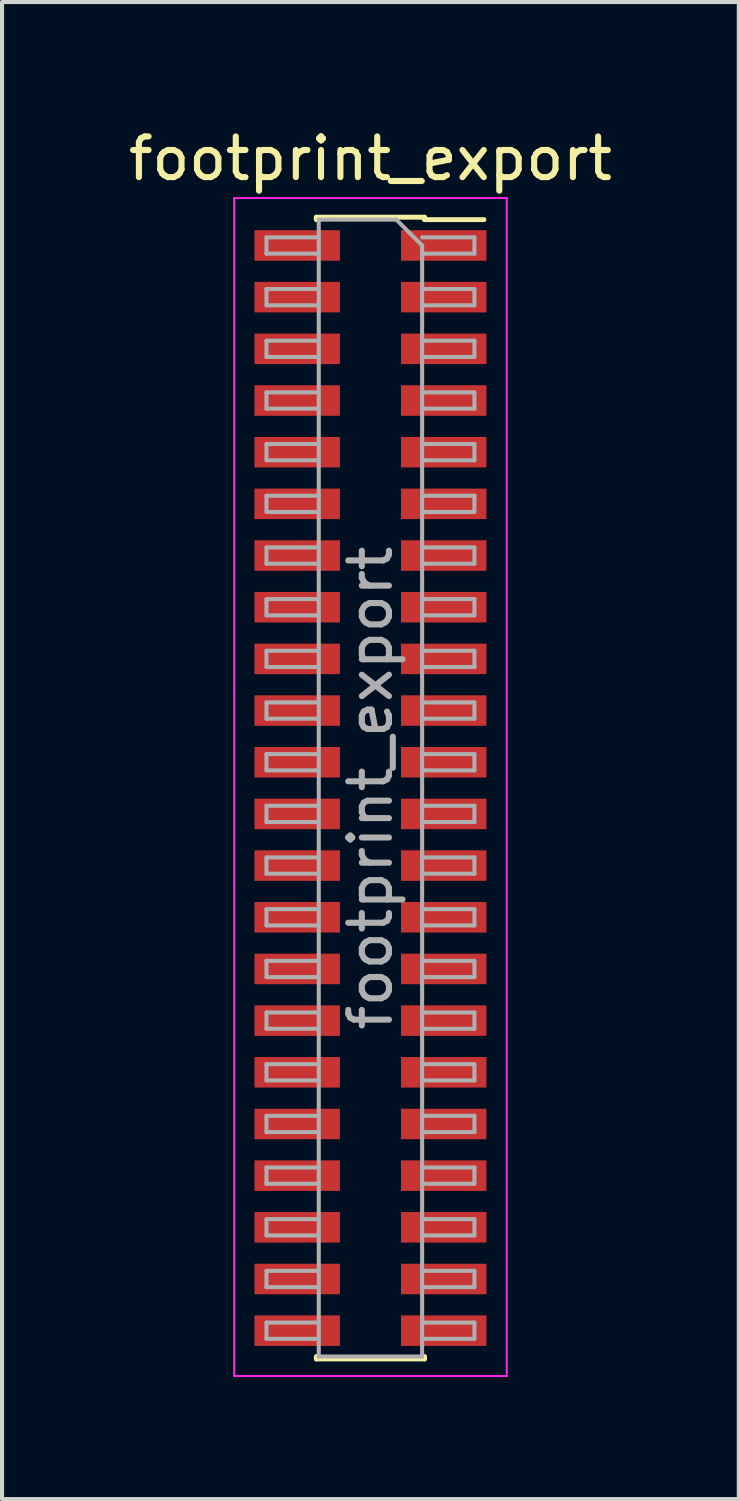
<source format=kicad_pcb>
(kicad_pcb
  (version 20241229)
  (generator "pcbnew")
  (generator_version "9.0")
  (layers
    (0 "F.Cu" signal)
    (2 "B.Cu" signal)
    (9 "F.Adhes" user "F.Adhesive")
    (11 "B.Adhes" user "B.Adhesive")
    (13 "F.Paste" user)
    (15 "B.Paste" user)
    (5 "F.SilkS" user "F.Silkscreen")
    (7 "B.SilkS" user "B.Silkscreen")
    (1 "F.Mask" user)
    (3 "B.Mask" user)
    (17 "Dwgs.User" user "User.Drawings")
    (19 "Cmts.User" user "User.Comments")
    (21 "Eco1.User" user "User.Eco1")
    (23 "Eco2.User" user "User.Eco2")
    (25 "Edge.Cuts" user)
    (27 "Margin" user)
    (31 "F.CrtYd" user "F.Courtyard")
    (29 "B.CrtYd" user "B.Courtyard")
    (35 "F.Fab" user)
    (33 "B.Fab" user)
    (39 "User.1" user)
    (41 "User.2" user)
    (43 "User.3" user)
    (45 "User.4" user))
  (footprint "footprint_export"
    (layer "F.Cu")
    (at 6.054 16.318)
    (property "Reference" "footprint_export" (at 0 -15.47 0) (layer "F.SilkS") (effects (font (size 1 1) (thickness 0.15))))
    (attr smd)
    (fp_line (start -1.33 -14.03) (end -1.33 -13.97) (stroke (width 0.12) (type solid)) (layer "F.SilkS"))
    (fp_line (start -1.33 -14.03) (end 1.33 -14.03) (stroke (width 0.12) (type solid)) (layer "F.SilkS"))
    (fp_line (start -1.33 13.97) (end -1.33 14.03) (stroke (width 0.12) (type solid)) (layer "F.SilkS"))
    (fp_line (start -1.33 14.03) (end 1.33 14.03) (stroke (width 0.12) (type solid)) (layer "F.SilkS"))
    (fp_line (start 1.33 -14.03) (end 1.33 -13.97) (stroke (width 0.12) (type solid)) (layer "F.SilkS"))
    (fp_line (start 1.33 -13.97) (end 2.79 -13.97) (stroke (width 0.12) (type solid)) (layer "F.SilkS"))
    (fp_line (start 1.33 13.97) (end 1.33 14.03) (stroke (width 0.12) (type solid)) (layer "F.SilkS"))
    (fp_line (start -3.35 -14.5) (end 3.35 -14.5) (stroke (width 0.05) (type solid)) (layer "F.CrtYd"))
    (fp_line (start -3.35 14.45) (end -3.35 -14.5) (stroke (width 0.05) (type solid)) (layer "F.CrtYd"))
    (fp_line (start 3.35 -14.5) (end 3.35 14.45) (stroke (width 0.05) (type solid)) (layer "F.CrtYd"))
    (fp_line (start 3.35 14.45) (end -3.35 14.45) (stroke (width 0.05) (type solid)) (layer "F.CrtYd"))
    (fp_line (start -2.555 -13.535) (end -1.27 -13.535) (stroke (width 0.1) (type solid)) (layer "F.Fab"))
    (fp_line (start -2.555 -13.135) (end -2.555 -13.535) (stroke (width 0.1) (type solid)) (layer "F.Fab"))
    (fp_line (start -2.555 -12.265) (end -1.27 -12.265) (stroke (width 0.1) (type solid)) (layer "F.Fab"))
    (fp_line (start -2.555 -11.865) (end -2.555 -12.265) (stroke (width 0.1) (type solid)) (layer "F.Fab"))
    (fp_line (start -2.555 -10.995) (end -1.27 -10.995) (stroke (width 0.1) (type solid)) (layer "F.Fab"))
    (fp_line (start -2.555 -10.595) (end -2.555 -10.995) (stroke (width 0.1) (type solid)) (layer "F.Fab"))
    (fp_line (start -2.555 -9.725) (end -1.27 -9.725) (stroke (width 0.1) (type solid)) (layer "F.Fab"))
    (fp_line (start -2.555 -9.325) (end -2.555 -9.725) (stroke (width 0.1) (type solid)) (layer "F.Fab"))
    (fp_line (start -2.555 -8.455) (end -1.27 -8.455) (stroke (width 0.1) (type solid)) (layer "F.Fab"))
    (fp_line (start -2.555 -8.055) (end -2.555 -8.455) (stroke (width 0.1) (type solid)) (layer "F.Fab"))
    (fp_line (start -2.555 -7.185) (end -1.27 -7.185) (stroke (width 0.1) (type solid)) (layer "F.Fab"))
    (fp_line (start -2.555 -6.785) (end -2.555 -7.185) (stroke (width 0.1) (type solid)) (layer "F.Fab"))
    (fp_line (start -2.555 -5.915) (end -1.27 -5.915) (stroke (width 0.1) (type solid)) (layer "F.Fab"))
    (fp_line (start -2.555 -5.515) (end -2.555 -5.915) (stroke (width 0.1) (type solid)) (layer "F.Fab"))
    (fp_line (start -2.555 -4.645) (end -1.27 -4.645) (stroke (width 0.1) (type solid)) (layer "F.Fab"))
    (fp_line (start -2.555 -4.245) (end -2.555 -4.645) (stroke (width 0.1) (type solid)) (layer "F.Fab"))
    (fp_line (start -2.555 -3.375) (end -1.27 -3.375) (stroke (width 0.1) (type solid)) (layer "F.Fab"))
    (fp_line (start -2.555 -2.975) (end -2.555 -3.375) (stroke (width 0.1) (type solid)) (layer "F.Fab"))
    (fp_line (start -2.555 -2.105) (end -1.27 -2.105) (stroke (width 0.1) (type solid)) (layer "F.Fab"))
    (fp_line (start -2.555 -1.705) (end -2.555 -2.105) (stroke (width 0.1) (type solid)) (layer "F.Fab"))
    (fp_line (start -2.555 -0.835) (end -1.27 -0.835) (stroke (width 0.1) (type solid)) (layer "F.Fab"))
    (fp_line (start -2.555 -0.435) (end -2.555 -0.835) (stroke (width 0.1) (type solid)) (layer "F.Fab"))
    (fp_line (start -2.555 0.435) (end -1.27 0.435) (stroke (width 0.1) (type solid)) (layer "F.Fab"))
    (fp_line (start -2.555 0.835) (end -2.555 0.435) (stroke (width 0.1) (type solid)) (layer "F.Fab"))
    (fp_line (start -2.555 1.705) (end -1.27 1.705) (stroke (width 0.1) (type solid)) (layer "F.Fab"))
    (fp_line (start -2.555 2.105) (end -2.555 1.705) (stroke (width 0.1) (type solid)) (layer "F.Fab"))
    (fp_line (start -2.555 2.975) (end -1.27 2.975) (stroke (width 0.1) (type solid)) (layer "F.Fab"))
    (fp_line (start -2.555 3.375) (end -2.555 2.975) (stroke (width 0.1) (type solid)) (layer "F.Fab"))
    (fp_line (start -2.555 4.245) (end -1.27 4.245) (stroke (width 0.1) (type solid)) (layer "F.Fab"))
    (fp_line (start -2.555 4.645) (end -2.555 4.245) (stroke (width 0.1) (type solid)) (layer "F.Fab"))
    (fp_line (start -2.555 5.515) (end -1.27 5.515) (stroke (width 0.1) (type solid)) (layer "F.Fab"))
    (fp_line (start -2.555 5.915) (end -2.555 5.515) (stroke (width 0.1) (type solid)) (layer "F.Fab"))
    (fp_line (start -2.555 6.785) (end -1.27 6.785) (stroke (width 0.1) (type solid)) (layer "F.Fab"))
    (fp_line (start -2.555 7.185) (end -2.555 6.785) (stroke (width 0.1) (type solid)) (layer "F.Fab"))
    (fp_line (start -2.555 8.055) (end -1.27 8.055) (stroke (width 0.1) (type solid)) (layer "F.Fab"))
    (fp_line (start -2.555 8.455) (end -2.555 8.055) (stroke (width 0.1) (type solid)) (layer "F.Fab"))
    (fp_line (start -2.555 9.325) (end -1.27 9.325) (stroke (width 0.1) (type solid)) (layer "F.Fab"))
    (fp_line (start -2.555 9.725) (end -2.555 9.325) (stroke (width 0.1) (type solid)) (layer "F.Fab"))
    (fp_line (start -2.555 10.595) (end -1.27 10.595) (stroke (width 0.1) (type solid)) (layer "F.Fab"))
    (fp_line (start -2.555 10.995) (end -2.555 10.595) (stroke (width 0.1) (type solid)) (layer "F.Fab"))
    (fp_line (start -2.555 11.865) (end -1.27 11.865) (stroke (width 0.1) (type solid)) (layer "F.Fab"))
    (fp_line (start -2.555 12.265) (end -2.555 11.865) (stroke (width 0.1) (type solid)) (layer "F.Fab"))
    (fp_line (start -2.555 13.135) (end -1.27 13.135) (stroke (width 0.1) (type solid)) (layer "F.Fab"))
    (fp_line (start -2.555 13.535) (end -2.555 13.135) (stroke (width 0.1) (type solid)) (layer "F.Fab"))
    (fp_line (start -1.27 -13.97) (end 0.635 -13.97) (stroke (width 0.1) (type solid)) (layer "F.Fab"))
    (fp_line (start -1.27 -13.135) (end -2.555 -13.135) (stroke (width 0.1) (type solid)) (layer "F.Fab"))
    (fp_line (start -1.27 -11.865) (end -2.555 -11.865) (stroke (width 0.1) (type solid)) (layer "F.Fab"))
    (fp_line (start -1.27 -10.595) (end -2.555 -10.595) (stroke (width 0.1) (type solid)) (layer "F.Fab"))
    (fp_line (start -1.27 -9.325) (end -2.555 -9.325) (stroke (width 0.1) (type solid)) (layer "F.Fab"))
    (fp_line (start -1.27 -8.055) (end -2.555 -8.055) (stroke (width 0.1) (type solid)) (layer "F.Fab"))
    (fp_line (start -1.27 -6.785) (end -2.555 -6.785) (stroke (width 0.1) (type solid)) (layer "F.Fab"))
    (fp_line (start -1.27 -5.515) (end -2.555 -5.515) (stroke (width 0.1) (type solid)) (layer "F.Fab"))
    (fp_line (start -1.27 -4.245) (end -2.555 -4.245) (stroke (width 0.1) (type solid)) (layer "F.Fab"))
    (fp_line (start -1.27 -2.975) (end -2.555 -2.975) (stroke (width 0.1) (type solid)) (layer "F.Fab"))
    (fp_line (start -1.27 -1.705) (end -2.555 -1.705) (stroke (width 0.1) (type solid)) (layer "F.Fab"))
    (fp_line (start -1.27 -0.435) (end -2.555 -0.435) (stroke (width 0.1) (type solid)) (layer "F.Fab"))
    (fp_line (start -1.27 0.835) (end -2.555 0.835) (stroke (width 0.1) (type solid)) (layer "F.Fab"))
    (fp_line (start -1.27 2.105) (end -2.555 2.105) (stroke (width 0.1) (type solid)) (layer "F.Fab"))
    (fp_line (start -1.27 3.375) (end -2.555 3.375) (stroke (width 0.1) (type solid)) (layer "F.Fab"))
    (fp_line (start -1.27 4.645) (end -2.555 4.645) (stroke (width 0.1) (type solid)) (layer "F.Fab"))
    (fp_line (start -1.27 5.915) (end -2.555 5.915) (stroke (width 0.1) (type solid)) (layer "F.Fab"))
    (fp_line (start -1.27 7.185) (end -2.555 7.185) (stroke (width 0.1) (type solid)) (layer "F.Fab"))
    (fp_line (start -1.27 8.455) (end -2.555 8.455) (stroke (width 0.1) (type solid)) (layer "F.Fab"))
    (fp_line (start -1.27 9.725) (end -2.555 9.725) (stroke (width 0.1) (type solid)) (layer "F.Fab"))
    (fp_line (start -1.27 10.995) (end -2.555 10.995) (stroke (width 0.1) (type solid)) (layer "F.Fab"))
    (fp_line (start -1.27 12.265) (end -2.555 12.265) (stroke (width 0.1) (type solid)) (layer "F.Fab"))
    (fp_line (start -1.27 13.535) (end -2.555 13.535) (stroke (width 0.1) (type solid)) (layer "F.Fab"))
    (fp_line (start -1.27 13.97) (end -1.27 -13.97) (stroke (width 0.1) (type solid)) (layer "F.Fab"))
    (fp_line (start 0.635 -13.97) (end 1.27 -13.335) (stroke (width 0.1) (type solid)) (layer "F.Fab"))
    (fp_line (start 1.27 -13.535) (end 2.555 -13.535) (stroke (width 0.1) (type solid)) (layer "F.Fab"))
    (fp_line (start 1.27 -13.335) (end 1.27 13.97) (stroke (width 0.1) (type solid)) (layer "F.Fab"))
    (fp_line (start 1.27 -12.265) (end 2.555 -12.265) (stroke (width 0.1) (type solid)) (layer "F.Fab"))
    (fp_line (start 1.27 -10.995) (end 2.555 -10.995) (stroke (width 0.1) (type solid)) (layer "F.Fab"))
    (fp_line (start 1.27 -9.725) (end 2.555 -9.725) (stroke (width 0.1) (type solid)) (layer "F.Fab"))
    (fp_line (start 1.27 -8.455) (end 2.555 -8.455) (stroke (width 0.1) (type solid)) (layer "F.Fab"))
    (fp_line (start 1.27 -7.185) (end 2.555 -7.185) (stroke (width 0.1) (type solid)) (layer "F.Fab"))
    (fp_line (start 1.27 -5.915) (end 2.555 -5.915) (stroke (width 0.1) (type solid)) (layer "F.Fab"))
    (fp_line (start 1.27 -4.645) (end 2.555 -4.645) (stroke (width 0.1) (type solid)) (layer "F.Fab"))
    (fp_line (start 1.27 -3.375) (end 2.555 -3.375) (stroke (width 0.1) (type solid)) (layer "F.Fab"))
    (fp_line (start 1.27 -2.105) (end 2.555 -2.105) (stroke (width 0.1) (type solid)) (layer "F.Fab"))
    (fp_line (start 1.27 -0.835) (end 2.555 -0.835) (stroke (width 0.1) (type solid)) (layer "F.Fab"))
    (fp_line (start 1.27 0.435) (end 2.555 0.435) (stroke (width 0.1) (type solid)) (layer "F.Fab"))
    (fp_line (start 1.27 1.705) (end 2.555 1.705) (stroke (width 0.1) (type solid)) (layer "F.Fab"))
    (fp_line (start 1.27 2.975) (end 2.555 2.975) (stroke (width 0.1) (type solid)) (layer "F.Fab"))
    (fp_line (start 1.27 4.245) (end 2.555 4.245) (stroke (width 0.1) (type solid)) (layer "F.Fab"))
    (fp_line (start 1.27 5.515) (end 2.555 5.515) (stroke (width 0.1) (type solid)) (layer "F.Fab"))
    (fp_line (start 1.27 6.785) (end 2.555 6.785) (stroke (width 0.1) (type solid)) (layer "F.Fab"))
    (fp_line (start 1.27 8.055) (end 2.555 8.055) (stroke (width 0.1) (type solid)) (layer "F.Fab"))
    (fp_line (start 1.27 9.325) (end 2.555 9.325) (stroke (width 0.1) (type solid)) (layer "F.Fab"))
    (fp_line (start 1.27 10.595) (end 2.555 10.595) (stroke (width 0.1) (type solid)) (layer "F.Fab"))
    (fp_line (start 1.27 11.865) (end 2.555 11.865) (stroke (width 0.1) (type solid)) (layer "F.Fab"))
    (fp_line (start 1.27 13.135) (end 2.555 13.135) (stroke (width 0.1) (type solid)) (layer "F.Fab"))
    (fp_line (start 1.27 13.97) (end -1.27 13.97) (stroke (width 0.1) (type solid)) (layer "F.Fab"))
    (fp_line (start 2.555 -13.535) (end 2.555 -13.135) (stroke (width 0.1) (type solid)) (layer "F.Fab"))
    (fp_line (start 2.555 -13.135) (end 1.27 -13.135) (stroke (width 0.1) (type solid)) (layer "F.Fab"))
    (fp_line (start 2.555 -12.265) (end 2.555 -11.865) (stroke (width 0.1) (type solid)) (layer "F.Fab"))
    (fp_line (start 2.555 -11.865) (end 1.27 -11.865) (stroke (width 0.1) (type solid)) (layer "F.Fab"))
    (fp_line (start 2.555 -10.995) (end 2.555 -10.595) (stroke (width 0.1) (type solid)) (layer "F.Fab"))
    (fp_line (start 2.555 -10.595) (end 1.27 -10.595) (stroke (width 0.1) (type solid)) (layer "F.Fab"))
    (fp_line (start 2.555 -9.725) (end 2.555 -9.325) (stroke (width 0.1) (type solid)) (layer "F.Fab"))
    (fp_line (start 2.555 -9.325) (end 1.27 -9.325) (stroke (width 0.1) (type solid)) (layer "F.Fab"))
    (fp_line (start 2.555 -8.455) (end 2.555 -8.055) (stroke (width 0.1) (type solid)) (layer "F.Fab"))
    (fp_line (start 2.555 -8.055) (end 1.27 -8.055) (stroke (width 0.1) (type solid)) (layer "F.Fab"))
    (fp_line (start 2.555 -7.185) (end 2.555 -6.785) (stroke (width 0.1) (type solid)) (layer "F.Fab"))
    (fp_line (start 2.555 -6.785) (end 1.27 -6.785) (stroke (width 0.1) (type solid)) (layer "F.Fab"))
    (fp_line (start 2.555 -5.915) (end 2.555 -5.515) (stroke (width 0.1) (type solid)) (layer "F.Fab"))
    (fp_line (start 2.555 -5.515) (end 1.27 -5.515) (stroke (width 0.1) (type solid)) (layer "F.Fab"))
    (fp_line (start 2.555 -4.645) (end 2.555 -4.245) (stroke (width 0.1) (type solid)) (layer "F.Fab"))
    (fp_line (start 2.555 -4.245) (end 1.27 -4.245) (stroke (width 0.1) (type solid)) (layer "F.Fab"))
    (fp_line (start 2.555 -3.375) (end 2.555 -2.975) (stroke (width 0.1) (type solid)) (layer "F.Fab"))
    (fp_line (start 2.555 -2.975) (end 1.27 -2.975) (stroke (width 0.1) (type solid)) (layer "F.Fab"))
    (fp_line (start 2.555 -2.105) (end 2.555 -1.705) (stroke (width 0.1) (type solid)) (layer "F.Fab"))
    (fp_line (start 2.555 -1.705) (end 1.27 -1.705) (stroke (width 0.1) (type solid)) (layer "F.Fab"))
    (fp_line (start 2.555 -0.835) (end 2.555 -0.435) (stroke (width 0.1) (type solid)) (layer "F.Fab"))
    (fp_line (start 2.555 -0.435) (end 1.27 -0.435) (stroke (width 0.1) (type solid)) (layer "F.Fab"))
    (fp_line (start 2.555 0.435) (end 2.555 0.835) (stroke (width 0.1) (type solid)) (layer "F.Fab"))
    (fp_line (start 2.555 0.835) (end 1.27 0.835) (stroke (width 0.1) (type solid)) (layer "F.Fab"))
    (fp_line (start 2.555 1.705) (end 2.555 2.105) (stroke (width 0.1) (type solid)) (layer "F.Fab"))
    (fp_line (start 2.555 2.105) (end 1.27 2.105) (stroke (width 0.1) (type solid)) (layer "F.Fab"))
    (fp_line (start 2.555 2.975) (end 2.555 3.375) (stroke (width 0.1) (type solid)) (layer "F.Fab"))
    (fp_line (start 2.555 3.375) (end 1.27 3.375) (stroke (width 0.1) (type solid)) (layer "F.Fab"))
    (fp_line (start 2.555 4.245) (end 2.555 4.645) (stroke (width 0.1) (type solid)) (layer "F.Fab"))
    (fp_line (start 2.555 4.645) (end 1.27 4.645) (stroke (width 0.1) (type solid)) (layer "F.Fab"))
    (fp_line (start 2.555 5.515) (end 2.555 5.915) (stroke (width 0.1) (type solid)) (layer "F.Fab"))
    (fp_line (start 2.555 5.915) (end 1.27 5.915) (stroke (width 0.1) (type solid)) (layer "F.Fab"))
    (fp_line (start 2.555 6.785) (end 2.555 7.185) (stroke (width 0.1) (type solid)) (layer "F.Fab"))
    (fp_line (start 2.555 7.185) (end 1.27 7.185) (stroke (width 0.1) (type solid)) (layer "F.Fab"))
    (fp_line (start 2.555 8.055) (end 2.555 8.455) (stroke (width 0.1) (type solid)) (layer "F.Fab"))
    (fp_line (start 2.555 8.455) (end 1.27 8.455) (stroke (width 0.1) (type solid)) (layer "F.Fab"))
    (fp_line (start 2.555 9.325) (end 2.555 9.725) (stroke (width 0.1) (type solid)) (layer "F.Fab"))
    (fp_line (start 2.555 9.725) (end 1.27 9.725) (stroke (width 0.1) (type solid)) (layer "F.Fab"))
    (fp_line (start 2.555 10.595) (end 2.555 10.995) (stroke (width 0.1) (type solid)) (layer "F.Fab"))
    (fp_line (start 2.555 10.995) (end 1.27 10.995) (stroke (width 0.1) (type solid)) (layer "F.Fab"))
    (fp_line (start 2.555 11.865) (end 2.555 12.265) (stroke (width 0.1) (type solid)) (layer "F.Fab"))
    (fp_line (start 2.555 12.265) (end 1.27 12.265) (stroke (width 0.1) (type solid)) (layer "F.Fab"))
    (fp_line (start 2.555 13.135) (end 2.555 13.535) (stroke (width 0.1) (type solid)) (layer "F.Fab"))
    (fp_line (start 2.555 13.535) (end 1.27 13.535) (stroke (width 0.1) (type solid)) (layer "F.Fab"))
    (fp_text user "${REFERENCE}" (at 0 0 90) (layer "F.Fab") (effects (font (size 1 1) (thickness 0.15))))
    (pad "1" smd rect (at 1.8 -13.335) (size 2.1 0.75) (layers "F.Cu" "F.Mask" "F.Paste"))
    (pad "2" smd rect (at -1.8 -13.335) (size 2.1 0.75) (layers "F.Cu" "F.Mask" "F.Paste"))
    (pad "3" smd rect (at 1.8 -12.065) (size 2.1 0.75) (layers "F.Cu" "F.Mask" "F.Paste"))
    (pad "4" smd rect (at -1.8 -12.065) (size 2.1 0.75) (layers "F.Cu" "F.Mask" "F.Paste"))
    (pad "5" smd rect (at 1.8 -10.795) (size 2.1 0.75) (layers "F.Cu" "F.Mask" "F.Paste"))
    (pad "6" smd rect (at -1.8 -10.795) (size 2.1 0.75) (layers "F.Cu" "F.Mask" "F.Paste"))
    (pad "7" smd rect (at 1.8 -9.525) (size 2.1 0.75) (layers "F.Cu" "F.Mask" "F.Paste"))
    (pad "8" smd rect (at -1.8 -9.525) (size 2.1 0.75) (layers "F.Cu" "F.Mask" "F.Paste"))
    (pad "9" smd rect (at 1.8 -8.255) (size 2.1 0.75) (layers "F.Cu" "F.Mask" "F.Paste"))
    (pad "10" smd rect (at -1.8 -8.255) (size 2.1 0.75) (layers "F.Cu" "F.Mask" "F.Paste"))
    (pad "11" smd rect (at 1.8 -6.985) (size 2.1 0.75) (layers "F.Cu" "F.Mask" "F.Paste"))
    (pad "12" smd rect (at -1.8 -6.985) (size 2.1 0.75) (layers "F.Cu" "F.Mask" "F.Paste"))
    (pad "13" smd rect (at 1.8 -5.715) (size 2.1 0.75) (layers "F.Cu" "F.Mask" "F.Paste"))
    (pad "14" smd rect (at -1.8 -5.715) (size 2.1 0.75) (layers "F.Cu" "F.Mask" "F.Paste"))
    (pad "15" smd rect (at 1.8 -4.445) (size 2.1 0.75) (layers "F.Cu" "F.Mask" "F.Paste"))
    (pad "16" smd rect (at -1.8 -4.445) (size 2.1 0.75) (layers "F.Cu" "F.Mask" "F.Paste"))
    (pad "17" smd rect (at 1.8 -3.175) (size 2.1 0.75) (layers "F.Cu" "F.Mask" "F.Paste"))
    (pad "18" smd rect (at -1.8 -3.175) (size 2.1 0.75) (layers "F.Cu" "F.Mask" "F.Paste"))
    (pad "19" smd rect (at 1.8 -1.905) (size 2.1 0.75) (layers "F.Cu" "F.Mask" "F.Paste"))
    (pad "20" smd rect (at -1.8 -1.905) (size 2.1 0.75) (layers "F.Cu" "F.Mask" "F.Paste"))
    (pad "21" smd rect (at 1.8 -0.635) (size 2.1 0.75) (layers "F.Cu" "F.Mask" "F.Paste"))
    (pad "22" smd rect (at -1.8 -0.635) (size 2.1 0.75) (layers "F.Cu" "F.Mask" "F.Paste"))
    (pad "23" smd rect (at 1.8 0.635) (size 2.1 0.75) (layers "F.Cu" "F.Mask" "F.Paste"))
    (pad "24" smd rect (at -1.8 0.635) (size 2.1 0.75) (layers "F.Cu" "F.Mask" "F.Paste"))
    (pad "25" smd rect (at 1.8 1.905) (size 2.1 0.75) (layers "F.Cu" "F.Mask" "F.Paste"))
    (pad "26" smd rect (at -1.8 1.905) (size 2.1 0.75) (layers "F.Cu" "F.Mask" "F.Paste"))
    (pad "27" smd rect (at 1.8 3.175) (size 2.1 0.75) (layers "F.Cu" "F.Mask" "F.Paste"))
    (pad "28" smd rect (at -1.8 3.175) (size 2.1 0.75) (layers "F.Cu" "F.Mask" "F.Paste"))
    (pad "29" smd rect (at 1.8 4.445) (size 2.1 0.75) (layers "F.Cu" "F.Mask" "F.Paste"))
    (pad "30" smd rect (at -1.8 4.445) (size 2.1 0.75) (layers "F.Cu" "F.Mask" "F.Paste"))
    (pad "31" smd rect (at 1.8 5.715) (size 2.1 0.75) (layers "F.Cu" "F.Mask" "F.Paste"))
    (pad "32" smd rect (at -1.8 5.715) (size 2.1 0.75) (layers "F.Cu" "F.Mask" "F.Paste"))
    (pad "33" smd rect (at 1.8 6.985) (size 2.1 0.75) (layers "F.Cu" "F.Mask" "F.Paste"))
    (pad "34" smd rect (at -1.8 6.985) (size 2.1 0.75) (layers "F.Cu" "F.Mask" "F.Paste"))
    (pad "35" smd rect (at 1.8 8.255) (size 2.1 0.75) (layers "F.Cu" "F.Mask" "F.Paste"))
    (pad "36" smd rect (at -1.8 8.255) (size 2.1 0.75) (layers "F.Cu" "F.Mask" "F.Paste"))
    (pad "37" smd rect (at 1.8 9.525) (size 2.1 0.75) (layers "F.Cu" "F.Mask" "F.Paste"))
    (pad "38" smd rect (at -1.8 9.525) (size 2.1 0.75) (layers "F.Cu" "F.Mask" "F.Paste"))
    (pad "39" smd rect (at 1.8 10.795) (size 2.1 0.75) (layers "F.Cu" "F.Mask" "F.Paste"))
    (pad "40" smd rect (at -1.8 10.795) (size 2.1 0.75) (layers "F.Cu" "F.Mask" "F.Paste"))
    (pad "41" smd rect (at 1.8 12.065) (size 2.1 0.75) (layers "F.Cu" "F.Mask" "F.Paste"))
    (pad "42" smd rect (at -1.8 12.065) (size 2.1 0.75) (layers "F.Cu" "F.Mask" "F.Paste"))
    (pad "43" smd rect (at 1.8 13.335) (size 2.1 0.75) (layers "F.Cu" "F.Mask" "F.Paste"))
    (pad "44" smd rect (at -1.8 13.335) (size 2.1 0.75) (layers "F.Cu" "F.Mask" "F.Paste")))
  (gr_rect
    (start -3 -3)
    (end 15.107 33.793)
    (stroke (width 0.1) (type default))
    (fill no)
    (layer "Edge.Cuts")))
</source>
